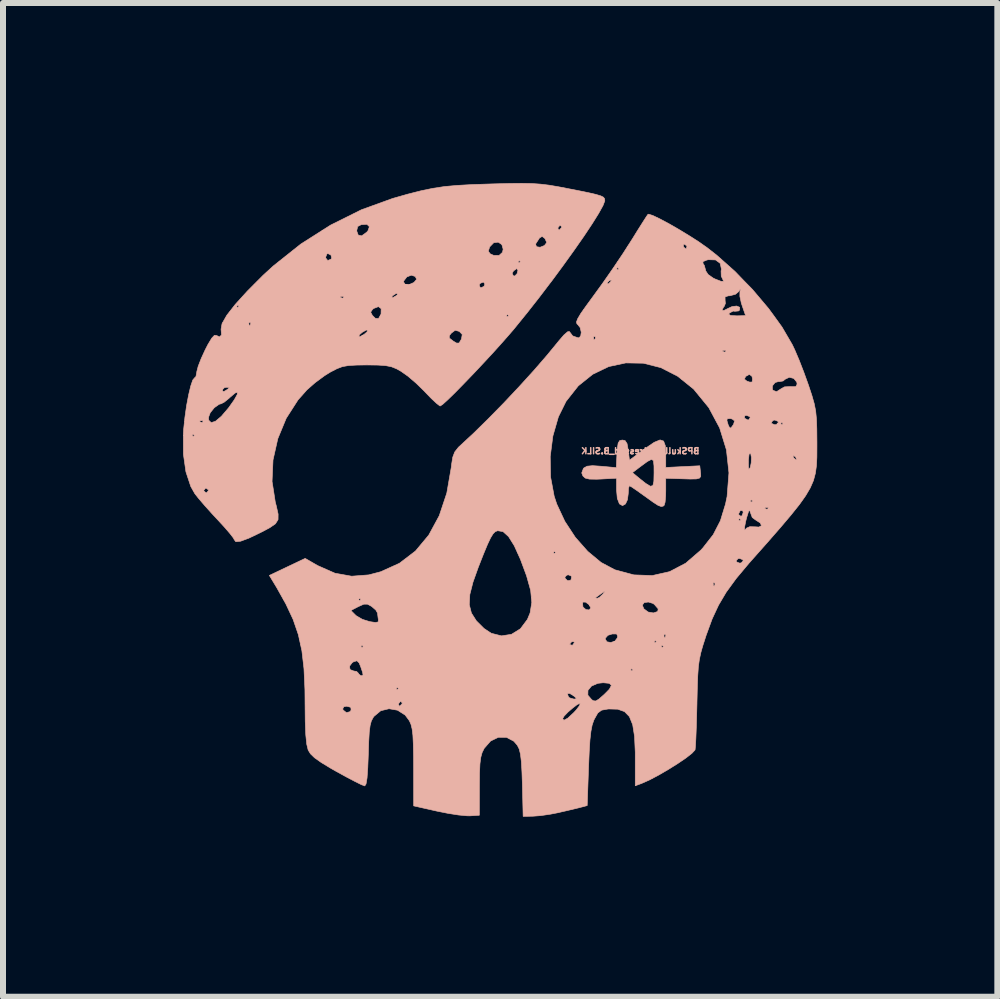
<source format=kicad_pcb>
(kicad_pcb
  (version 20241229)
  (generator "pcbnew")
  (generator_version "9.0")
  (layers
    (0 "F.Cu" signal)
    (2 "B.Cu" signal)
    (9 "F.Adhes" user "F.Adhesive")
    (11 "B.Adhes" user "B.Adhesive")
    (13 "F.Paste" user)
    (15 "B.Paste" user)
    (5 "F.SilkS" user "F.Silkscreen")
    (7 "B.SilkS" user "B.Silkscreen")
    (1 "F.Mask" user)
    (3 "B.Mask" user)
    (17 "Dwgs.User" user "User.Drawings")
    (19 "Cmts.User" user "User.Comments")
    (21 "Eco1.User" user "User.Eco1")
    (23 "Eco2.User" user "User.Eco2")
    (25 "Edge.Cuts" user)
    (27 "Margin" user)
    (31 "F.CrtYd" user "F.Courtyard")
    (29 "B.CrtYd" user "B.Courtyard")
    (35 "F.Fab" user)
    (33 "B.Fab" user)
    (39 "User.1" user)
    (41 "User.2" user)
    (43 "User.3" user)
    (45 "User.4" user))
  (footprint "BPSkull_Distressed_B.SILK"
    (layer "F.Cu")
    (at 5.308 5.278)
    (property "Reference" "BPSkull_Distressed_B.SILK" (at 2.311 -0.813 0) (layer "B.SilkS") (effects (font (size 0.1 0.1) (thickness 0.025)) (justify mirror)))
    (attr through_hole)
    (fp_poly (pts (xy 2.543 -0.958) (xy 2.4 -0.861) (xy 2.374 -0.842) (xy 2.13 -0.66) (xy 2.11 -0.828) (xy 2.09 -0.937) (xy 2.057 -0.987) (xy 2.012 -0.996) (xy 1.968 -0.987) (xy 1.942 -0.945) (xy 1.928 -0.854) (xy 1.922 -0.766) (xy 1.911 -0.536) (xy 1.662 -0.559) (xy 1.515 -0.569) (xy 1.425 -0.56) (xy 1.373 -0.532) (xy 1.363 -0.522) (xy 1.335 -0.448) (xy 1.355 -0.397) (xy 1.393 -0.362) (xy 1.463 -0.345) (xy 1.584 -0.343) (xy 1.656 -0.346) (xy 1.915 -0.36) (xy 1.915 -0.165) (xy 1.928 -0.023) (xy 1.963 0.068) (xy 2.015 0.097) (xy 2.064 0.069) (xy 2.096 0.000428) (xy 2.11 -0.102) (xy 2.11 -0.106) (xy 2.115 -0.193) (xy 2.128 -0.234) (xy 2.13 -0.234) (xy 2.168 -0.213) (xy 2.252 -0.156) (xy 2.365 -0.075) (xy 2.388 -0.059) (xy 2.521 0.037) (xy 2.606 0.092) (xy 2.659 0.112) (xy 2.693 0.105) (xy 2.709 0.091) (xy 2.724 0.04) (xy 2.733 -0.062) (xy 2.735 -0.147) (xy 2.735 -0.359) (xy 2.98 -0.351) (xy 3.145 -0.346) (xy 3.247 -0.348) (xy 3.3 -0.363) (xy 3.318 -0.393) (xy 3.316 -0.445) (xy 3.315 -0.45) (xy 2.54 -0.45) (xy 2.537 -0.31) (xy 2.521 -0.237) (xy 2.479 -0.226) (xy 2.4 -0.274) (xy 2.291 -0.361) (xy 2.18 -0.453) (xy 2.311 -0.552) (xy 2.429 -0.639) (xy 2.498 -0.674) (xy 2.53 -0.652) (xy 2.539 -0.565) (xy 2.54 -0.45) (xy 3.315 -0.45) (xy 3.314 -0.459) (xy 3.302 -0.567) (xy 2.735 -0.539) (xy 2.735 -0.759) (xy 2.728 -0.9) (xy 2.699 -0.979) (xy 2.64 -0.998) (xy 2.543 -0.958)) (stroke (width 0.01) (type solid)) (fill yes) (layer "B.SilkS"))
    (fp_poly (pts (xy 0.127 -5.271) (xy -0.139 -5.264) (xy -0.175 -5.263) (xy -0.485 -5.253) (xy -0.737 -5.239) (xy -0.95 -5.22) (xy -1.146 -5.19) (xy -1.344 -5.149) (xy -1.564 -5.093) (xy -1.817 -5.021) (xy -2.336 -4.833) (xy -2.85 -4.577) (xy -3.345 -4.262) (xy -3.806 -3.895) (xy -3.974 -3.741) (xy -4.235 -3.479) (xy -4.437 -3.257) (xy -4.579 -3.075) (xy -4.658 -2.936) (xy -4.675 -2.84) (xy -4.674 -2.837) (xy -4.667 -2.748) (xy -4.699 -2.714) (xy -4.75 -2.738) (xy -4.785 -2.741) (xy -4.83 -2.693) (xy -4.894 -2.587) (xy -4.94 -2.497) (xy -5.006 -2.353) (xy -5.056 -2.224) (xy -5.079 -2.135) (xy -5.08 -2.124) (xy -5.093 -2.054) (xy -5.116 -2.032) (xy -5.146 -1.996) (xy -5.18 -1.896) (xy -5.215 -1.75) (xy -5.249 -1.571) (xy -5.277 -1.374) (xy -5.298 -1.175) (xy -5.303 -1.094) (xy -5.302 -0.761) (xy -5.26 -0.466) (xy -5.179 -0.222) (xy -5.112 -0.103) (xy -5.049 -0.023) (xy -4.947 0.096) (xy -4.824 0.233) (xy -4.741 0.322) (xy -4.623 0.45) (xy -4.529 0.559) (xy -4.47 0.635) (xy -4.455 0.664) (xy -4.429 0.698) (xy -4.349 0.69) (xy -4.211 0.639) (xy -4.015 0.545) (xy -3.862 0.464) (xy -3.768 0.399) (xy -3.725 0.33) (xy -3.724 0.238) (xy -3.754 0.103) (xy -3.771 0.039) (xy -3.801 -0.156) (xy -4.885 -0.156) (xy -4.914 -0.118) (xy -4.924 -0.117) (xy -4.962 -0.147) (xy -4.963 -0.156) (xy -4.933 -0.194) (xy -4.924 -0.195) (xy -4.886 -0.166) (xy -4.885 -0.156) (xy -3.801 -0.156) (xy -3.825 -0.306) (xy -3.809 -0.664) (xy -3.729 -1.019) (xy -3.706 -1.075) (xy -5.119 -1.075) (xy -5.139 -1.055) (xy -5.158 -1.075) (xy -5.139 -1.094) (xy -5.119 -1.075) (xy -3.706 -1.075) (xy -3.589 -1.358) (xy -3.392 -1.665) (xy -3.279 -1.792) (xy -4.402 -1.792) (xy -4.406 -1.753) (xy -4.454 -1.667) (xy -4.545 -1.538) (xy -4.553 -1.528) (xy -4.67 -1.391) (xy -4.767 -1.309) (xy -4.839 -1.286) (xy -4.87 -1.316) (xy -4.976 -1.316) (xy -4.981 -1.292) (xy -5.002 -1.29) (xy -5.034 -1.304) (xy -5.028 -1.316) (xy -4.982 -1.32) (xy -4.976 -1.316) (xy -4.87 -1.316) (xy -4.879 -1.324) (xy -4.885 -1.371) (xy -4.855 -1.451) (xy -4.787 -1.535) (xy -4.706 -1.592) (xy -4.672 -1.601) (xy -4.622 -1.627) (xy -4.545 -1.689) (xy -4.526 -1.707) (xy -4.441 -1.779) (xy -4.402 -1.792) (xy -3.279 -1.792) (xy -3.245 -1.831) (xy -3.202 -1.869) (xy -4.537 -1.869) (xy -4.565 -1.842) (xy -4.572 -1.837) (xy -4.631 -1.802) (xy -4.649 -1.813) (xy -4.65 -1.837) (xy -4.618 -1.869) (xy -4.582 -1.875) (xy -4.537 -1.869) (xy -3.202 -1.869) (xy -3.106 -1.953) (xy -2.947 -2.07) (xy -2.85 -2.13) (xy -2.745 -2.184) (xy -2.654 -2.219) (xy -2.553 -2.237) (xy -2.419 -2.245) (xy -2.247 -2.247) (xy -2.061 -2.245) (xy -1.932 -2.236) (xy -1.836 -2.217) (xy -1.751 -2.183) (xy -1.676 -2.141) (xy -1.56 -2.059) (xy -1.422 -1.941) (xy -1.29 -1.812) (xy -1.278 -1.799) (xy -1.173 -1.69) (xy -1.085 -1.608) (xy -1.031 -1.566) (xy -1.023 -1.563) (xy -0.981 -1.591) (xy -0.897 -1.667) (xy -0.778 -1.783) (xy -0.634 -1.93) (xy -0.473 -2.097) (xy -0.305 -2.276) (xy -0.137 -2.457) (xy 0.02 -2.632) (xy 0.128 -2.755) (xy -0.656 -2.755) (xy -0.668 -2.685) (xy -0.673 -2.672) (xy -0.708 -2.613) (xy -0.75 -2.611) (xy -0.807 -2.645) (xy -0.87 -2.694) (xy -0.872 -2.734) (xy -0.837 -2.778) (xy -0.774 -2.825) (xy -0.708 -2.807) (xy -0.703 -2.804) (xy -0.656 -2.755) (xy 0.128 -2.755) (xy 0.158 -2.79) (xy 0.192 -2.829) (xy -2.23 -2.829) (xy -2.244 -2.797) (xy -2.289 -2.758) (xy -2.353 -2.722) (xy -2.381 -2.719) (xy -2.367 -2.752) (xy -2.322 -2.791) (xy -2.258 -2.827) (xy -2.23 -2.829) (xy 0.192 -2.829) (xy 0.224 -2.868) (xy 0.275 -2.931) (xy -4.181 -2.931) (xy -4.196 -2.899) (xy -4.207 -2.905) (xy -4.212 -2.951) (xy -4.207 -2.957) (xy -4.184 -2.951) (xy -4.181 -2.931) (xy 0.275 -2.931) (xy 0.386 -3.068) (xy 0.117 -3.068) (xy 0.098 -3.048) (xy 0.078 -3.068) (xy 0.098 -3.087) (xy 0.117 -3.068) (xy 0.386 -3.068) (xy 0.423 -3.113) (xy 0.479 -3.185) (xy -2.007 -3.185) (xy -2.009 -3.098) (xy -2.011 -3.091) (xy -2.051 -3.02) (xy -2.104 -3.024) (xy -2.153 -3.072) (xy -2.182 -3.127) (xy -2.15 -3.174) (xy -2.13 -3.189) (xy -2.052 -3.219) (xy -2.007 -3.185) (xy 0.479 -3.185) (xy 0.51 -3.224) (xy -4.377 -3.224) (xy -4.396 -3.204) (xy -4.416 -3.224) (xy -4.396 -3.243) (xy -4.377 -3.224) (xy 0.51 -3.224) (xy 0.626 -3.372) (xy 0.665 -3.423) (xy -1.731 -3.423) (xy -1.758 -3.4) (xy -1.821 -3.365) (xy -1.829 -3.378) (xy -1.824 -3.387) (xy -2.631 -3.387) (xy -2.637 -3.363) (xy -2.657 -3.361) (xy -2.689 -3.375) (xy -2.683 -3.387) (xy -2.637 -3.391) (xy -2.631 -3.387) (xy -1.824 -3.387) (xy -1.817 -3.4) (xy -1.76 -3.437) (xy -1.746 -3.438) (xy -1.731 -3.423) (xy 0.665 -3.423) (xy 0.797 -3.597) (xy -0.279 -3.597) (xy -0.292 -3.558) (xy -0.341 -3.534) (xy -0.358 -3.54) (xy -0.374 -3.582) (xy -0.356 -3.607) (xy -0.303 -3.629) (xy -0.279 -3.597) (xy 0.797 -3.597) (xy 0.829 -3.638) (xy 0.856 -3.674) (xy -1.416 -3.674) (xy -1.458 -3.625) (xy -1.466 -3.619) (xy -1.542 -3.586) (xy -1.607 -3.591) (xy -1.634 -3.63) (xy -1.631 -3.646) (xy -1.579 -3.714) (xy -1.504 -3.743) (xy -1.439 -3.721) (xy -1.416 -3.674) (xy 0.856 -3.674) (xy 0.968 -3.826) (xy 0.272 -3.826) (xy 0.259 -3.77) (xy 0.22 -3.729) (xy 0.194 -3.733) (xy 0.176 -3.777) (xy 0.199 -3.814) (xy 0.251 -3.853) (xy 0.272 -3.826) (xy 0.968 -3.826) (xy 1.024 -3.902) (xy 1.07 -3.966) (xy 0.313 -3.966) (xy 0.293 -3.947) (xy 0.274 -3.966) (xy 0.293 -3.986) (xy 0.313 -3.966) (xy 1.07 -3.966) (xy 1.114 -4.027) (xy -2.831 -4.027) (xy -2.841 -4.011) (xy -2.897 -3.987) (xy -2.93 -4.029) (xy -2.931 -4.044) (xy -2.911 -4.096) (xy -2.894 -4.103) (xy -2.843 -4.077) (xy -2.831 -4.027) (xy 1.114 -4.027) (xy 1.206 -4.155) (xy 1.22 -4.175) (xy 0.026 -4.175) (xy 0.014 -4.123) (xy -0.041 -4.073) (xy -0.13 -4.072) (xy -0.19 -4.099) (xy -0.222 -4.142) (xy -0.199 -4.213) (xy -0.198 -4.215) (xy -0.131 -4.284) (xy -0.056 -4.293) (xy 0.004 -4.253) (xy 0.026 -4.175) (xy 1.22 -4.175) (xy 1.298 -4.287) (xy 0.752 -4.287) (xy 0.716 -4.24) (xy 0.711 -4.236) (xy 0.641 -4.208) (xy 0.583 -4.217) (xy 0.566 -4.257) (xy 0.573 -4.273) (xy 0.632 -4.364) (xy 0.676 -4.389) (xy 0.719 -4.356) (xy 0.724 -4.349) (xy 0.752 -4.287) (xy 1.298 -4.287) (xy 1.37 -4.39) (xy 1.475 -4.548) (xy 1.003 -4.548) (xy 0.996 -4.533) (xy 0.961 -4.496) (xy 0.955 -4.494) (xy 0.938 -4.524) (xy 0.938 -4.533) (xy 0.952 -4.55) (xy -2.203 -4.55) (xy -2.228 -4.481) (xy -2.249 -4.458) (xy -2.332 -4.398) (xy -2.389 -4.411) (xy -2.415 -4.482) (xy -2.398 -4.554) (xy -2.338 -4.585) (xy -2.243 -4.59) (xy -2.203 -4.55) (xy 0.952 -4.55) (xy 0.968 -4.57) (xy 0.979 -4.572) (xy 1.003 -4.548) (xy 1.475 -4.548) (xy 1.509 -4.599) (xy 1.617 -4.772) (xy 1.689 -4.902) (xy 1.719 -4.98) (xy 1.719 -4.986) (xy 1.716 -5.017) (xy 1.697 -5.042) (xy 1.653 -5.064) (xy 1.571 -5.089) (xy 1.44 -5.119) (xy 1.249 -5.158) (xy 1.129 -5.181) (xy 0.943 -5.217) (xy 0.789 -5.243) (xy 0.648 -5.26) (xy 0.503 -5.27) (xy 0.335 -5.273) (xy 0.127 -5.271)) (stroke (width 0.01) (type solid)) (fill yes) (layer "B.SilkS"))
    (fp_poly (pts (xy 2.439 -4.757) (xy 2.413 -4.72) (xy 2.354 -4.628) (xy 2.271 -4.497) (xy 2.172 -4.337) (xy 2.152 -4.306) (xy 2.02 -4.1) (xy 1.86 -3.862) (xy 1.693 -3.622) (xy 1.543 -3.415) (xy 1.41 -3.233) (xy 1.319 -3.104) (xy 1.267 -3.016) (xy 1.247 -2.962) (xy 1.255 -2.932) (xy 1.266 -2.923) (xy 1.309 -2.869) (xy 1.327 -2.792) (xy 1.317 -2.724) (xy 1.28 -2.697) (xy 1.184 -2.731) (xy 1.129 -2.804) (xy 1.1 -2.8) (xy 1.037 -2.745) (xy 0.954 -2.649) (xy 0.938 -2.629) (xy 0.759 -2.411) (xy 0.539 -2.157) (xy 0.291 -1.884) (xy 0.032 -1.609) (xy -0.223 -1.349) (xy -0.457 -1.119) (xy -0.612 -0.975) (xy -0.719 -0.876) (xy -0.781 -0.797) (xy -0.814 -0.71) (xy -0.834 -0.586) (xy -0.838 -0.545) (xy -0.913 -0.113) (xy -1.039 0.265) (xy -1.214 0.588) (xy -1.435 0.853) (xy -1.702 1.057) (xy -2.013 1.198) (xy -2.214 1.251) (xy -2.499 1.273) (xy -2.777 1.223) (xy -3.058 1.099) (xy -3.07 1.093) (xy -3.273 0.976) (xy -3.572 1.118) (xy -3.87 1.26) (xy -3.749 1.46) (xy -3.594 1.737) (xy -3.474 1.993) (xy -3.387 2.246) (xy -3.328 2.514) (xy -3.293 2.814) (xy -3.277 3.164) (xy -3.275 3.4) (xy -3.272 3.694) (xy -3.263 3.917) (xy -3.247 4.072) (xy -3.224 4.166) (xy -3.224 4.168) (xy -3.185 4.232) (xy -3.117 4.298) (xy -3.007 4.376) (xy -2.844 4.475) (xy -2.749 4.529) (xy -2.583 4.62) (xy -2.44 4.695) (xy -2.335 4.747) (xy -2.281 4.767) (xy -2.28 4.767) (xy -2.259 4.735) (xy -2.242 4.635) (xy -2.23 4.464) (xy -2.221 4.243) (xy -2.214 4.024) (xy -2.205 3.869) (xy -2.191 3.761) (xy -2.171 3.686) (xy -2.141 3.629) (xy -2.126 3.608) (xy -2.013 3.514) (xy -1.979 3.506) (xy -2.508 3.506) (xy -2.528 3.531) (xy -2.586 3.546) (xy -2.639 3.504) (xy -2.648 3.485) (xy -2.629 3.448) (xy -2.582 3.439) (xy -2.512 3.458) (xy -2.508 3.506) (xy -1.979 3.506) (xy -1.876 3.481) (xy -1.734 3.506) (xy -1.607 3.587) (xy -1.537 3.681) (xy -1.51 3.742) (xy -1.491 3.819) (xy -1.478 3.925) (xy -1.471 4.074) (xy -1.467 4.279) (xy -1.466 4.455) (xy -1.465 5.1) (xy -1.075 5.188) (xy -0.89 5.225) (xy -0.717 5.252) (xy -0.579 5.265) (xy -0.528 5.266) (xy -0.371 5.256) (xy -0.37 4.766) (xy -0.368 4.552) (xy -0.361 4.4) (xy -0.347 4.292) (xy -0.325 4.212) (xy -0.291 4.143) (xy -0.29 4.141) (xy -0.183 4.019) (xy -0.054 3.957) (xy 0.082 3.958) (xy 0.204 4.023) (xy 0.263 4.092) (xy 0.293 4.152) (xy 0.314 4.237) (xy 0.329 4.36) (xy 0.339 4.535) (xy 0.346 4.736) (xy 0.359 5.275) (xy 0.522 5.272) (xy 0.653 5.262) (xy 0.815 5.238) (xy 0.918 5.218) (xy 1.072 5.183) (xy 1.216 5.149) (xy 1.29 5.131) (xy 1.426 5.095) (xy 1.449 4.449) (xy 1.46 4.193) (xy 1.472 4.001) (xy 1.488 3.86) (xy 1.508 3.756) (xy 1.535 3.676) (xy 1.547 3.651) (xy 1.603 3.552) (xy 1.666 3.505) (xy 1.766 3.487) (xy 1.786 3.485) (xy 1.935 3.489) (xy 2.048 3.529) (xy 2.129 3.612) (xy 2.184 3.747) (xy 2.215 3.942) (xy 2.227 4.204) (xy 2.227 4.294) (xy 2.227 4.765) (xy 2.335 4.725) (xy 2.461 4.669) (xy 2.613 4.589) (xy 2.775 4.495) (xy 2.933 4.396) (xy 3.07 4.303) (xy 3.171 4.224) (xy 3.221 4.17) (xy 3.224 4.163) (xy 3.23 4.1) (xy 3.237 3.972) (xy 3.244 3.795) (xy 3.25 3.582) (xy 3.255 3.393) (xy 1.309 3.393) (xy 1.297 3.431) (xy 1.243 3.502) (xy 1.204 3.544) (xy 1.103 3.638) (xy 1.038 3.673) (xy 1.016 3.647) (xy 1.016 3.647) (xy 1.042 3.604) (xy 1.105 3.538) (xy 1.185 3.469) (xy 1.258 3.413) (xy 1.304 3.391) (xy 1.309 3.393) (xy 3.255 3.393) (xy 3.255 3.385) (xy -1.655 3.385) (xy -1.661 3.4) (xy -1.696 3.437) (xy -1.702 3.439) (xy -1.719 3.409) (xy -1.719 3.4) (xy -1.689 3.362) (xy -1.678 3.361) (xy -1.655 3.385) (xy 3.255 3.385) (xy 3.255 3.38) (xy 3.261 3.127) (xy 3.262 3.092) (xy 1.829 3.092) (xy 1.796 3.156) (xy 1.71 3.243) (xy 1.622 3.32) (xy 1.57 3.352) (xy 1.532 3.349) (xy 1.502 3.331) (xy 1.479 3.304) (xy 1.244 3.304) (xy 1.23 3.319) (xy 1.204 3.32) (xy 1.132 3.3) (xy 1.112 3.28) (xy 1.097 3.23) (xy 1.134 3.226) (xy 1.195 3.262) (xy 1.244 3.304) (xy 1.479 3.304) (xy 1.437 3.255) (xy 1.439 3.174) (xy 1.463 3.146) (xy -1.719 3.146) (xy -1.739 3.165) (xy -1.758 3.146) (xy -1.739 3.126) (xy -1.719 3.146) (xy 1.463 3.146) (xy 1.497 3.104) (xy 1.602 3.058) (xy 1.693 3.048) (xy 1.795 3.058) (xy 1.829 3.092) (xy 3.262 3.092) (xy 3.268 2.934) (xy 3.269 2.919) (xy -2.309 2.919) (xy -2.327 2.93) (xy -2.345 2.931) (xy -2.383 2.901) (xy -2.384 2.892) (xy -2.416 2.86) (xy -2.462 2.853) (xy -2.525 2.829) (xy -2.535 2.773) (xy -2.489 2.713) (xy -2.465 2.698) (xy -2.41 2.682) (xy -2.374 2.718) (xy -2.348 2.781) (xy -2.316 2.876) (xy -2.309 2.919) (xy 3.269 2.919) (xy 3.275 2.833) (xy 2.188 2.833) (xy 2.169 2.853) (xy 2.149 2.833) (xy 2.169 2.814) (xy 2.188 2.833) (xy 3.275 2.833) (xy 3.278 2.785) (xy 3.295 2.661) (xy 3.32 2.545) (xy 3.349 2.442) (xy 2.696 2.442) (xy 2.677 2.462) (xy 2.657 2.442) (xy -2.306 2.442) (xy -2.325 2.462) (xy -2.345 2.442) (xy -2.325 2.423) (xy -2.306 2.442) (xy 2.657 2.442) (xy 2.677 2.423) (xy 2.696 2.442) (xy 3.349 2.442) (xy 3.356 2.419) (xy 3.374 2.364) (xy 2.579 2.364) (xy 2.56 2.384) (xy 2.557 2.381) (xy 1.211 2.381) (xy 1.183 2.421) (xy 1.172 2.423) (xy 1.134 2.409) (xy 1.133 2.406) (xy 1.161 2.372) (xy 1.172 2.364) (xy 1.208 2.367) (xy 1.211 2.381) (xy 2.557 2.381) (xy 2.54 2.364) (xy 2.56 2.345) (xy 2.579 2.364) (xy 3.374 2.364) (xy 3.405 2.267) (xy 3.405 2.266) (xy 2.735 2.266) (xy 2.721 2.299) (xy 2.709 2.293) (xy 2.707 2.271) (xy 1.933 2.271) (xy 1.927 2.302) (xy 1.886 2.356) (xy 1.819 2.377) (xy 1.756 2.366) (xy 1.727 2.322) (xy 1.728 2.307) (xy 1.771 2.258) (xy 1.844 2.235) (xy 1.917 2.235) (xy 1.933 2.271) (xy 2.707 2.271) (xy 2.705 2.246) (xy 2.709 2.24) (xy 2.733 2.246) (xy 2.735 2.266) (xy 3.405 2.266) (xy 3.412 2.247) (xy 3.508 1.985) (xy 3.586 1.817) (xy 2.609 1.817) (xy 2.601 1.861) (xy 2.53 1.885) (xy 2.442 1.87) (xy 2.37 1.816) (xy 2.364 1.802) (xy 1.485 1.802) (xy 1.459 1.835) (xy 1.405 1.829) (xy 1.359 1.79) (xy 1.355 1.782) (xy 1.349 1.719) (xy 1.354 1.71) (xy 0.503 1.71) (xy 0.475 1.884) (xy 0.43 1.993) (xy 0.313 2.149) (xy 0.165 2.241) (xy -0.002 2.267) (xy -0.172 2.224) (xy -0.294 2.143) (xy -0.422 2.015) (xy -0.433 1.997) (xy -2.053 1.997) (xy -2.057 2.035) (xy -2.102 2.044) (xy -2.197 2.03) (xy -2.319 1.992) (xy -2.419 1.934) (xy -2.432 1.923) (xy -2.511 1.844) (xy -2.386 1.779) (xy -2.296 1.739) (xy -2.234 1.739) (xy -2.166 1.776) (xy -2.096 1.837) (xy -2.068 1.886) (xy -2.058 1.967) (xy -2.053 1.997) (xy -0.433 1.997) (xy -0.503 1.887) (xy -0.539 1.746) (xy -0.534 1.661) (xy -2.345 1.661) (xy -2.364 1.68) (xy -2.384 1.661) (xy -2.364 1.641) (xy -2.345 1.661) (xy -0.534 1.661) (xy -0.53 1.579) (xy -0.477 1.372) (xy -0.39 1.128) (xy -0.302 0.904) (xy -0.235 0.743) (xy -0.184 0.635) (xy -0.143 0.568) (xy -0.107 0.531) (xy -0.069 0.516) (xy -0.064 0.515) (xy 0.024 0.53) (xy 0.116 0.613) (xy 0.211 0.765) (xy 0.313 0.99) (xy 0.416 1.267) (xy 0.484 1.51) (xy 0.503 1.71) (xy 1.354 1.71) (xy 1.357 1.704) (xy 1.4 1.705) (xy 1.454 1.745) (xy 1.484 1.796) (xy 1.485 1.802) (xy 2.364 1.802) (xy 2.345 1.755) (xy 2.375 1.713) (xy 2.445 1.703) (xy 2.523 1.727) (xy 2.546 1.744) (xy 2.609 1.817) (xy 3.586 1.817) (xy 3.615 1.755) (xy 3.744 1.537) (xy 3.753 1.525) (xy 1.714 1.525) (xy 1.711 1.539) (xy 1.685 1.573) (xy 1.626 1.628) (xy 1.591 1.641) (xy 1.563 1.634) (xy 1.566 1.63) (xy 1.607 1.601) (xy 1.661 1.562) (xy 1.714 1.525) (xy 3.753 1.525) (xy 3.839 1.407) (xy 3.556 1.407) (xy 3.542 1.439) (xy 3.53 1.433) (xy 3.525 1.386) (xy 3.53 1.381) (xy 3.553 1.386) (xy 3.556 1.407) (xy 3.839 1.407) (xy 3.909 1.311) (xy 3.94 1.274) (xy 1.168 1.274) (xy 1.158 1.328) (xy 1.147 1.341) (xy 1.099 1.348) (xy 1.059 1.309) (xy 1.055 1.287) (xy 1.087 1.255) (xy 1.114 1.25) (xy 1.168 1.274) (xy 3.94 1.274) (xy 4.12 1.059) (xy 4.158 1.016) (xy 4.025 1.016) (xy 3.993 1.051) (xy 3.966 1.055) (xy 3.914 1.034) (xy 3.908 1.016) (xy 3.939 0.981) (xy 3.966 0.977) (xy 4.018 0.998) (xy 4.025 1.016) (xy 4.158 1.016) (xy 4.425 0.715) (xy 4.644 0.464) (xy 4.672 0.431) (xy 4.33 0.431) (xy 4.287 0.454) (xy 4.226 0.45) (xy 4.135 0.448) (xy 4.082 0.471) (xy 4.082 0.471) (xy 4.051 0.505) (xy 4.046 0.469) (xy 4.066 0.365) (xy 4.074 0.332) (xy 3.986 0.332) (xy 3.966 0.352) (xy 3.947 0.332) (xy 3.966 0.313) (xy 3.986 0.332) (xy 4.074 0.332) (xy 4.084 0.293) (xy 4.109 0.213) (xy 4.025 0.213) (xy 4.005 0.266) (xy 3.986 0.274) (xy 3.948 0.245) (xy 3.947 0.237) (xy 3.975 0.184) (xy 3.986 0.176) (xy 4.019 0.185) (xy 4.025 0.213) (xy 4.109 0.213) (xy 4.115 0.194) (xy 4.134 0.167) (xy 4.14 0.196) (xy 4.176 0.294) (xy 4.228 0.333) (xy 4.31 0.386) (xy 4.33 0.431) (xy 4.672 0.431) (xy 4.821 0.255) (xy 4.921 0.13) (xy 4.442 0.13) (xy 4.436 0.153) (xy 4.416 0.156) (xy 4.384 0.142) (xy 4.39 0.13) (xy 4.436 0.126) (xy 4.442 0.13) (xy 4.921 0.13) (xy 4.96 0.081) (xy 5.004 0.02) (xy 4.181 0.02) (xy 4.162 0.039) (xy 4.142 0.02) (xy 4.162 0) (xy 4.181 0.02) (xy 5.004 0.02) (xy 5.066 -0.068) (xy 5.143 -0.199) (xy 5.196 -0.321) (xy 5.228 -0.441) (xy 5.229 -0.448) (xy 3.788 -0.448) (xy 3.757 -0.054) (xy 3.731 0.07) (xy 3.646 0.348) (xy 3.526 0.581) (xy 3.354 0.801) (xy 3.319 0.839) (xy 3.068 1.056) (xy 2.799 1.197) (xy 2.511 1.262) (xy 2.204 1.251) (xy 1.887 1.166) (xy 1.658 1.044) (xy 1.459 0.879) (xy 0.899 0.879) (xy 0.879 0.899) (xy 0.86 0.879) (xy 0.879 0.86) (xy 0.899 0.879) (xy 1.459 0.879) (xy 1.435 0.859) (xy 1.229 0.626) (xy 1.053 0.358) (xy 0.919 0.071) (xy 0.876 -0.059) (xy 0.816 -0.379) (xy 0.81 -0.721) (xy 0.854 -1.063) (xy 0.946 -1.382) (xy 1.074 -1.641) (xy 1.278 -1.899) (xy 1.519 -2.092) (xy 1.785 -2.22) (xy 2.069 -2.281) (xy 2.362 -2.276) (xy 2.654 -2.202) (xy 2.935 -2.058) (xy 3.198 -1.846) (xy 3.205 -1.838) (xy 3.452 -1.536) (xy 3.633 -1.198) (xy 3.746 -0.832) (xy 3.788 -0.448) (xy 5.229 -0.448) (xy 5.246 -0.569) (xy 5.251 -0.667) (xy 4.914 -0.667) (xy 4.909 -0.664) (xy 4.873 -0.692) (xy 4.866 -0.702) (xy 4.163 -0.702) (xy 4.159 -0.615) (xy 4.143 -0.539) (xy 4.12 -0.508) (xy 4.114 -0.543) (xy 4.112 -0.629) (xy 4.113 -0.664) (xy 4.123 -0.758) (xy 4.143 -0.775) (xy 4.152 -0.763) (xy 4.163 -0.702) (xy 4.866 -0.702) (xy 4.865 -0.703) (xy 4.855 -0.74) (xy 4.86 -0.742) (xy 4.896 -0.715) (xy 4.904 -0.703) (xy 4.914 -0.667) (xy 5.251 -0.667) (xy 5.253 -0.711) (xy 5.254 -0.877) (xy 5.254 -0.957) (xy 5.252 -1.18) (xy 5.249 -1.27) (xy 4.689 -1.27) (xy 4.67 -1.25) (xy 4.65 -1.27) (xy 4.67 -1.29) (xy 4.611 -1.29) (xy 4.579 -1.255) (xy 4.552 -1.25) (xy 4.5 -1.272) (xy 4.494 -1.29) (xy 4.517 -1.315) (xy 3.882 -1.315) (xy 3.865 -1.259) (xy 3.857 -1.246) (xy 3.819 -1.194) (xy 3.794 -1.21) (xy 3.775 -1.25) (xy 3.754 -1.321) (xy 3.759 -1.349) (xy 3.808 -1.355) (xy 3.842 -1.346) (xy 3.882 -1.315) (xy 4.517 -1.315) (xy 4.525 -1.324) (xy 4.552 -1.329) (xy 4.604 -1.308) (xy 4.611 -1.29) (xy 4.67 -1.29) (xy 4.689 -1.27) (xy 5.249 -1.27) (xy 5.246 -1.347) (xy 5.244 -1.368) (xy 4.142 -1.368) (xy 4.114 -1.33) (xy 4.105 -1.329) (xy 4.052 -1.357) (xy 4.044 -1.368) (xy 4.053 -1.401) (xy 4.081 -1.407) (xy 4.135 -1.386) (xy 4.142 -1.368) (xy 5.244 -1.368) (xy 5.233 -1.48) (xy 5.209 -1.602) (xy 5.171 -1.735) (xy 5.116 -1.902) (xy 5.109 -1.921) (xy 5.107 -1.928) (xy 4.924 -1.928) (xy 4.903 -1.886) (xy 4.829 -1.885) (xy 4.819 -1.887) (xy 4.714 -1.882) (xy 4.66 -1.852) (xy 4.581 -1.801) (xy 4.522 -1.825) (xy 4.512 -1.838) (xy 4.512 -1.899) (xy 4.557 -1.954) (xy 4.618 -1.972) (xy 4.627 -1.969) (xy 4.69 -1.98) (xy 4.726 -2.01) (xy 4.727 -2.01) (xy 4.181 -2.01) (xy 4.174 -1.963) (xy 4.135 -1.961) (xy 4.086 -1.978) (xy 4.045 -2.011) (xy 4.067 -2.056) (xy 4.128 -2.09) (xy 4.172 -2.057) (xy 4.181 -2.01) (xy 4.727 -2.01) (xy 4.794 -2.042) (xy 4.869 -2.022) (xy 4.918 -1.961) (xy 4.924 -1.928) (xy 5.107 -1.928) (xy 5.037 -2.122) (xy 4.958 -2.326) (xy 4.889 -2.488) (xy 3.738 -2.488) (xy 3.733 -2.465) (xy 3.712 -2.462) (xy 3.68 -2.476) (xy 3.686 -2.488) (xy 3.733 -2.493) (xy 3.738 -2.488) (xy 4.889 -2.488) (xy 4.883 -2.502) (xy 4.843 -2.586) (xy 4.779 -2.696) (xy 1.563 -2.696) (xy 1.549 -2.664) (xy 1.537 -2.67) (xy 1.532 -2.717) (xy 1.537 -2.722) (xy 1.56 -2.717) (xy 1.563 -2.696) (xy 4.779 -2.696) (xy 4.672 -2.879) (xy 4.533 -3.072) (xy 4.064 -3.072) (xy 4.029 -3.068) (xy 3.943 -3.066) (xy 3.91 -3.066) (xy 3.814 -3.072) (xy 3.785 -3.092) (xy 3.796 -3.113) (xy 3.859 -3.145) (xy 3.887 -3.141) (xy 3.949 -3.147) (xy 3.965 -3.163) (xy 3.967 -3.208) (xy 3.917 -3.229) (xy 3.84 -3.22) (xy 3.771 -3.188) (xy 3.703 -3.154) (xy 3.673 -3.161) (xy 3.673 -3.162) (xy 3.701 -3.216) (xy 3.709 -3.222) (xy 3.729 -3.272) (xy 3.724 -3.322) (xy 3.723 -3.38) (xy 3.777 -3.399) (xy 3.804 -3.4) (xy 3.897 -3.425) (xy 3.948 -3.468) (xy 3.98 -3.515) (xy 3.979 -3.495) (xy 3.971 -3.469) (xy 3.97 -3.391) (xy 3.994 -3.279) (xy 4.007 -3.239) (xy 4.041 -3.14) (xy 4.062 -3.08) (xy 4.064 -3.072) (xy 4.533 -3.072) (xy 4.446 -3.19) (xy 4.18 -3.505) (xy 4.046 -3.642) (xy 3.699 -3.642) (xy 3.658 -3.64) (xy 3.601 -3.662) (xy 1.83 -3.662) (xy 1.821 -3.64) (xy 1.781 -3.598) (xy 1.759 -3.607) (xy 1.758 -3.612) (xy 1.786 -3.645) (xy 1.804 -3.657) (xy 1.83 -3.662) (xy 3.601 -3.662) (xy 3.56 -3.678) (xy 3.523 -3.696) (xy 3.44 -3.755) (xy 3.4 -3.817) (xy 3.4 -3.825) (xy 3.393 -3.849) (xy 1.954 -3.849) (xy 1.934 -3.83) (xy 1.915 -3.849) (xy 1.934 -3.869) (xy 1.954 -3.849) (xy 3.393 -3.849) (xy 3.377 -3.907) (xy 3.358 -3.934) (xy 3.353 -3.968) (xy 3.419 -3.995) (xy 3.446 -4.001) (xy 3.565 -3.997) (xy 3.642 -3.94) (xy 3.663 -3.843) (xy 3.657 -3.812) (xy 3.66 -3.725) (xy 3.68 -3.685) (xy 3.699 -3.642) (xy 4.046 -3.642) (xy 3.888 -3.806) (xy 3.584 -4.076) (xy 3.418 -4.206) (xy 3.397 -4.22) (xy 3.087 -4.22) (xy 3.074 -4.182) (xy 3.07 -4.181) (xy 3.036 -4.209) (xy 3.028 -4.22) (xy 3.032 -4.256) (xy 3.046 -4.259) (xy 3.085 -4.231) (xy 3.087 -4.22) (xy 3.397 -4.22) (xy 3.279 -4.303) (xy 3.117 -4.406) (xy 2.947 -4.509) (xy 2.782 -4.604) (xy 2.635 -4.682) (xy 2.52 -4.737) (xy 2.451 -4.759) (xy 2.439 -4.757)) (stroke (width 0.01) (type solid)) (fill yes) (layer "B.SilkS")))
  (gr_rect
    (start -3 -3)
    (end 13.568 13.558)
    (stroke (width 0.1) (type default))
    (fill no)
    (layer "Edge.Cuts")))
</source>
